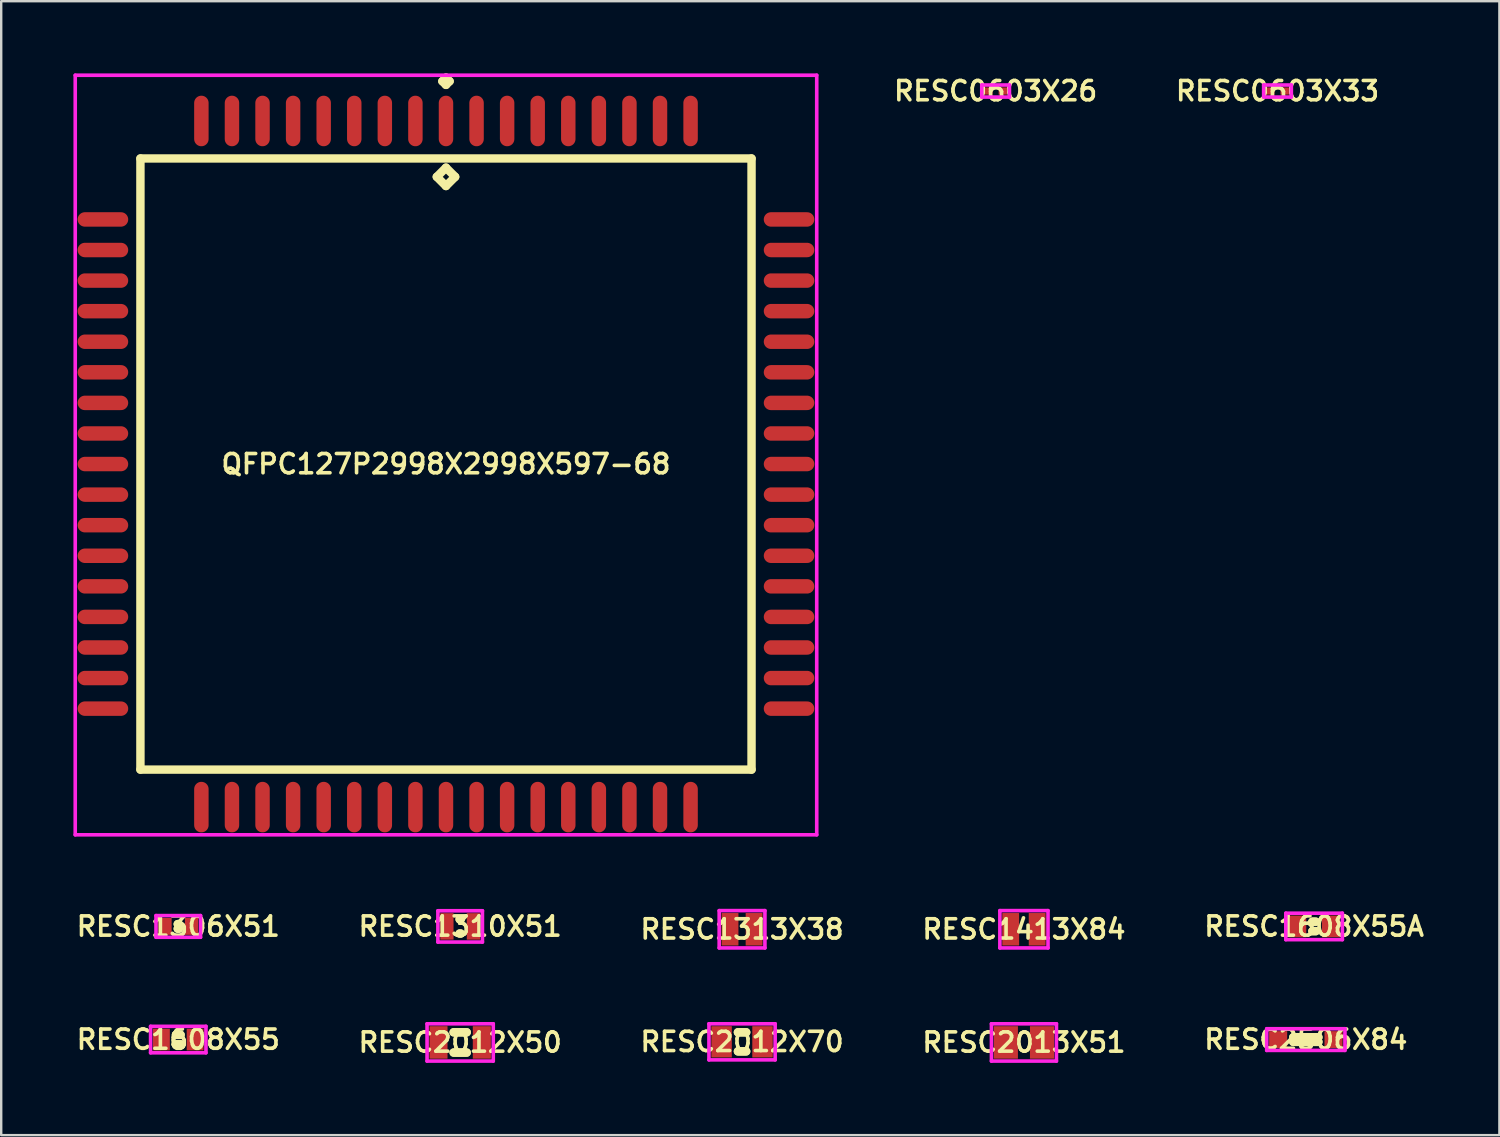
<source format=kicad_pcb>
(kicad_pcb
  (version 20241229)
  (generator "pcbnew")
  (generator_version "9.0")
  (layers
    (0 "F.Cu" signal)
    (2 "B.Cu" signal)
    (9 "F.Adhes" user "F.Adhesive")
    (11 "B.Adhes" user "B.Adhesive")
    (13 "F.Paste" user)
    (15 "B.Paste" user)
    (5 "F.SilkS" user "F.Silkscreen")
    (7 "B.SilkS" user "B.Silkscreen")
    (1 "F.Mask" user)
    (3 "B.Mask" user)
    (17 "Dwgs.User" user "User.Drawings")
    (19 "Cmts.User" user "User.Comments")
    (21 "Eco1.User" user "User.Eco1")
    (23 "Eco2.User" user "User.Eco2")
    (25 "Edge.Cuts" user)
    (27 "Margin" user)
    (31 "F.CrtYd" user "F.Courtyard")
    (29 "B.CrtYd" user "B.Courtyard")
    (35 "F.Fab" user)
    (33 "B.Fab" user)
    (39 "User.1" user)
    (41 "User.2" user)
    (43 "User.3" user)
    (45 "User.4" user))
  (footprint "RESC2506X84"
    (layer "F.Cu")
    (at 51.191 40.131)
    (property "Reference" "RESC2506X84" (at 0 0 0) (layer "F.SilkS") (effects (font (size 0.8 0.8) (thickness 0.15))))
    (attr smd)
    (fp_line (start -0.521 -0.096) (end 0.521 -0.096) (stroke (width 0.35) (type solid)) (layer "F.SilkS"))
    (fp_line (start -0.521 0.096) (end 0.521 0.096) (stroke (width 0.35) (type solid)) (layer "F.SilkS"))
    (fp_line (start 0.521 -0.096) (end -0.521 -0.096) (stroke (width 0.35) (type solid)) (layer "F.SilkS"))
    (fp_line (start 0.521 0.096) (end -0.521 0.096) (stroke (width 0.35) (type solid)) (layer "F.SilkS"))
    (fp_line (start -1.625 -0.45) (end 1.625 -0.45) (stroke (width 0.15) (type solid)) (layer "F.CrtYd"))
    (fp_line (start -1.625 0.45) (end -1.625 -0.45) (stroke (width 0.15) (type solid)) (layer "F.CrtYd"))
    (fp_line (start 1.625 -0.45) (end 1.625 0.45) (stroke (width 0.15) (type solid)) (layer "F.CrtYd"))
    (fp_line (start 1.625 0.45) (end -1.625 0.45) (stroke (width 0.15) (type solid)) (layer "F.CrtYd"))
    (pad "1" smd rect (at -1.15 0) (size 0.75 0.7) (layers "F.Cu" "F.Mask" "F.Paste"))
    (pad "2" smd rect (at 1.15 0) (size 0.75 0.7) (layers "F.Cu" "F.Mask" "F.Paste")))
  (footprint "RESC2013X51"
    (layer "F.Cu")
    (at 39.482 40.25)
    (property "Reference" "RESC2013X51" (at 0 0 0) (layer "F.SilkS") (effects (font (size 0.8 0.8) (thickness 0.15))))
    (attr through_hole)
    (fp_line (start -1.35 -0.775) (end 1.35 -0.775) (stroke (width 0.15) (type solid)) (layer "F.CrtYd"))
    (fp_line (start -1.35 0.775) (end -1.35 -0.775) (stroke (width 0.15) (type solid)) (layer "F.CrtYd"))
    (fp_line (start 1.35 -0.775) (end 1.35 0.775) (stroke (width 0.15) (type solid)) (layer "F.CrtYd"))
    (fp_line (start 1.35 0.775) (end -1.35 0.775) (stroke (width 0.15) (type solid)) (layer "F.CrtYd"))
    (pad "1" smd rect (at -0.75 0) (size 1 1.35) (layers "F.Cu" "F.Mask" "F.Paste"))
    (pad "2" smd rect (at 0.75 0) (size 1 1.35) (layers "F.Cu" "F.Mask" "F.Paste")))
  (footprint "RESC1413X84"
    (layer "F.Cu")
    (at 39.482 35.55)
    (property "Reference" "RESC1413X84" (at 0 0 0) (layer "F.SilkS") (effects (font (size 0.8 0.8) (thickness 0.15))))
    (attr smd)
    (fp_line (start -1 -0.775) (end 1 -0.775) (stroke (width 0.15) (type solid)) (layer "F.CrtYd"))
    (fp_line (start -1 0.775) (end -1 -0.775) (stroke (width 0.15) (type solid)) (layer "F.CrtYd"))
    (fp_line (start 1 -0.775) (end 1 0.775) (stroke (width 0.15) (type solid)) (layer "F.CrtYd"))
    (fp_line (start 1 0.775) (end -1 0.775) (stroke (width 0.15) (type solid)) (layer "F.CrtYd"))
    (pad "1" smd rect (at -0.55 0) (size 0.7 1.35) (layers "F.Cu" "F.Mask" "F.Paste"))
    (pad "2" smd rect (at 0.55 0) (size 0.7 1.35) (layers "F.Cu" "F.Mask" "F.Paste")))
  (footprint "RESC1306X51"
    (layer "F.Cu")
    (at 4.355 35.431)
    (property "Reference" "RESC1306X51" (at 0 0 0) (layer "F.SilkS") (effects (font (size 0.8 0.8) (thickness 0.15))))
    (attr through_hole)
    (fp_line (start -0.021 -0.096) (end 0.021 -0.096) (stroke (width 0.35) (type solid)) (layer "F.SilkS"))
    (fp_line (start -0.021 0.096) (end 0.021 0.096) (stroke (width 0.35) (type solid)) (layer "F.SilkS"))
    (fp_line (start 0.021 -0.096) (end -0.021 -0.096) (stroke (width 0.35) (type solid)) (layer "F.SilkS"))
    (fp_line (start 0.021 0.096) (end -0.021 0.096) (stroke (width 0.35) (type solid)) (layer "F.SilkS"))
    (fp_line (start -0.925 -0.45) (end 0.925 -0.45) (stroke (width 0.15) (type solid)) (layer "F.CrtYd"))
    (fp_line (start -0.925 0.45) (end -0.925 -0.45) (stroke (width 0.15) (type solid)) (layer "F.CrtYd"))
    (fp_line (start 0.925 -0.45) (end 0.925 0.45) (stroke (width 0.15) (type solid)) (layer "F.CrtYd"))
    (fp_line (start 0.925 0.45) (end -0.925 0.45) (stroke (width 0.15) (type solid)) (layer "F.CrtYd"))
    (pad "1" smd rect (at -0.55 0) (size 0.55 0.7) (layers "F.Cu" "F.Mask" "F.Paste"))
    (pad "2" smd rect (at 0.55 0) (size 0.55 0.7) (layers "F.Cu" "F.Mask" "F.Paste")))
  (footprint "QFPC127P2998X2998X597-68"
    (layer "F.Cu")
    (at 15.475 16.225)
    (property "Reference" "QFPC127P2998X2998X597-68" (at 0 0 0) (layer "F.SilkS") (effects (font (size 0.8 0.8) (thickness 0.15))))
    (attr through_hole)
    (fp_line (start -12.692 -12.692) (end -12.692 12.692) (stroke (width 0.35) (type solid)) (layer "F.SilkS"))
    (fp_line (start -12.692 12.692) (end 12.692 12.692) (stroke (width 0.35) (type solid)) (layer "F.SilkS"))
    (fp_line (start -0.381 -11.93) (end 0 -12.311) (stroke (width 0.35) (type solid)) (layer "F.SilkS"))
    (fp_line (start -0.15 -15.9) (end 0 -16.05) (stroke (width 0.35) (type solid)) (layer "F.SilkS"))
    (fp_line (start 0 -16.05) (end 0.15 -15.9) (stroke (width 0.35) (type solid)) (layer "F.SilkS"))
    (fp_line (start 0 -15.75) (end -0.15 -15.9) (stroke (width 0.35) (type solid)) (layer "F.SilkS"))
    (fp_line (start 0 -12.311) (end 0.381 -11.93) (stroke (width 0.35) (type solid)) (layer "F.SilkS"))
    (fp_line (start 0 -11.549) (end -0.381 -11.93) (stroke (width 0.35) (type solid)) (layer "F.SilkS"))
    (fp_line (start 0.15 -15.9) (end 0 -15.75) (stroke (width 0.35) (type solid)) (layer "F.SilkS"))
    (fp_line (start 0.381 -11.93) (end 0 -11.549) (stroke (width 0.35) (type solid)) (layer "F.SilkS"))
    (fp_line (start 12.692 -12.692) (end -12.692 -12.692) (stroke (width 0.35) (type solid)) (layer "F.SilkS"))
    (fp_line (start 12.692 12.692) (end 12.692 -12.692) (stroke (width 0.35) (type solid)) (layer "F.SilkS"))
    (fp_line (start -15.4 -16.15) (end 15.4 -16.15) (stroke (width 0.15) (type solid)) (layer "F.CrtYd"))
    (fp_line (start -15.4 15.4) (end -15.4 -16.15) (stroke (width 0.15) (type solid)) (layer "F.CrtYd"))
    (fp_line (start 15.4 -16.15) (end 15.4 15.4) (stroke (width 0.15) (type solid)) (layer "F.CrtYd"))
    (fp_line (start 15.4 15.4) (end -15.4 15.4) (stroke (width 0.15) (type solid)) (layer "F.CrtYd"))
    (pad "1" smd oval (at 0 -14.25) (size 0.6 2.1) (layers "F.Cu" "F.Mask" "F.Paste"))
    (pad "2" smd oval (at -1.27 -14.25) (size 0.6 2.1) (layers "F.Cu" "F.Mask" "F.Paste"))
    (pad "3" smd oval (at -2.54 -14.25) (size 0.6 2.1) (layers "F.Cu" "F.Mask" "F.Paste"))
    (pad "4" smd oval (at -3.81 -14.25) (size 0.6 2.1) (layers "F.Cu" "F.Mask" "F.Paste"))
    (pad "5" smd oval (at -5.08 -14.25) (size 0.6 2.1) (layers "F.Cu" "F.Mask" "F.Paste"))
    (pad "6" smd oval (at -6.35 -14.25) (size 0.6 2.1) (layers "F.Cu" "F.Mask" "F.Paste"))
    (pad "7" smd oval (at -7.62 -14.25) (size 0.6 2.1) (layers "F.Cu" "F.Mask" "F.Paste"))
    (pad "8" smd oval (at -8.89 -14.25) (size 0.6 2.1) (layers "F.Cu" "F.Mask" "F.Paste"))
    (pad "9" smd oval (at -10.16 -14.25) (size 0.6 2.1) (layers "F.Cu" "F.Mask" "F.Paste"))
    (pad "10" smd oval (at -14.25 -10.16) (size 2.1 0.6) (layers "F.Cu" "F.Mask" "F.Paste"))
    (pad "11" smd oval (at -14.25 -8.89) (size 2.1 0.6) (layers "F.Cu" "F.Mask" "F.Paste"))
    (pad "12" smd oval (at -14.25 -7.62) (size 2.1 0.6) (layers "F.Cu" "F.Mask" "F.Paste"))
    (pad "13" smd oval (at -14.25 -6.35) (size 2.1 0.6) (layers "F.Cu" "F.Mask" "F.Paste"))
    (pad "14" smd oval (at -14.25 -5.08) (size 2.1 0.6) (layers "F.Cu" "F.Mask" "F.Paste"))
    (pad "15" smd oval (at -14.25 -3.81) (size 2.1 0.6) (layers "F.Cu" "F.Mask" "F.Paste"))
    (pad "16" smd oval (at -14.25 -2.54) (size 2.1 0.6) (layers "F.Cu" "F.Mask" "F.Paste"))
    (pad "17" smd oval (at -14.25 -1.27) (size 2.1 0.6) (layers "F.Cu" "F.Mask" "F.Paste"))
    (pad "18" smd oval (at -14.25 0) (size 2.1 0.6) (layers "F.Cu" "F.Mask" "F.Paste"))
    (pad "19" smd oval (at -14.25 1.27) (size 2.1 0.6) (layers "F.Cu" "F.Mask" "F.Paste"))
    (pad "20" smd oval (at -14.25 2.54) (size 2.1 0.6) (layers "F.Cu" "F.Mask" "F.Paste"))
    (pad "21" smd oval (at -14.25 3.81) (size 2.1 0.6) (layers "F.Cu" "F.Mask" "F.Paste"))
    (pad "22" smd oval (at -14.25 5.08) (size 2.1 0.6) (layers "F.Cu" "F.Mask" "F.Paste"))
    (pad "23" smd oval (at -14.25 6.35) (size 2.1 0.6) (layers "F.Cu" "F.Mask" "F.Paste"))
    (pad "24" smd oval (at -14.25 7.62) (size 2.1 0.6) (layers "F.Cu" "F.Mask" "F.Paste"))
    (pad "25" smd oval (at -14.25 8.89) (size 2.1 0.6) (layers "F.Cu" "F.Mask" "F.Paste"))
    (pad "26" smd oval (at -14.25 10.16) (size 2.1 0.6) (layers "F.Cu" "F.Mask" "F.Paste"))
    (pad "27" smd oval (at -10.16 14.25) (size 0.6 2.1) (layers "F.Cu" "F.Mask" "F.Paste"))
    (pad "28" smd oval (at -8.89 14.25) (size 0.6 2.1) (layers "F.Cu" "F.Mask" "F.Paste"))
    (pad "29" smd oval (at -7.62 14.25) (size 0.6 2.1) (layers "F.Cu" "F.Mask" "F.Paste"))
    (pad "30" smd oval (at -6.35 14.25) (size 0.6 2.1) (layers "F.Cu" "F.Mask" "F.Paste"))
    (pad "31" smd oval (at -5.08 14.25) (size 0.6 2.1) (layers "F.Cu" "F.Mask" "F.Paste"))
    (pad "32" smd oval (at -3.81 14.25) (size 0.6 2.1) (layers "F.Cu" "F.Mask" "F.Paste"))
    (pad "33" smd oval (at -2.54 14.25) (size 0.6 2.1) (layers "F.Cu" "F.Mask" "F.Paste"))
    (pad "34" smd oval (at -1.27 14.25) (size 0.6 2.1) (layers "F.Cu" "F.Mask" "F.Paste"))
    (pad "35" smd oval (at 0 14.25) (size 0.6 2.1) (layers "F.Cu" "F.Mask" "F.Paste"))
    (pad "36" smd oval (at 1.27 14.25) (size 0.6 2.1) (layers "F.Cu" "F.Mask" "F.Paste"))
    (pad "37" smd oval (at 2.54 14.25) (size 0.6 2.1) (layers "F.Cu" "F.Mask" "F.Paste"))
    (pad "38" smd oval (at 3.81 14.25) (size 0.6 2.1) (layers "F.Cu" "F.Mask" "F.Paste"))
    (pad "39" smd oval (at 5.08 14.25) (size 0.6 2.1) (layers "F.Cu" "F.Mask" "F.Paste"))
    (pad "40" smd oval (at 6.35 14.25) (size 0.6 2.1) (layers "F.Cu" "F.Mask" "F.Paste"))
    (pad "41" smd oval (at 7.62 14.25) (size 0.6 2.1) (layers "F.Cu" "F.Mask" "F.Paste"))
    (pad "42" smd oval (at 8.89 14.25) (size 0.6 2.1) (layers "F.Cu" "F.Mask" "F.Paste"))
    (pad "43" smd oval (at 10.16 14.25) (size 0.6 2.1) (layers "F.Cu" "F.Mask" "F.Paste"))
    (pad "44" smd oval (at 14.25 10.16) (size 2.1 0.6) (layers "F.Cu" "F.Mask" "F.Paste"))
    (pad "45" smd oval (at 14.25 8.89) (size 2.1 0.6) (layers "F.Cu" "F.Mask" "F.Paste"))
    (pad "46" smd oval (at 14.25 7.62) (size 2.1 0.6) (layers "F.Cu" "F.Mask" "F.Paste"))
    (pad "47" smd oval (at 14.25 6.35) (size 2.1 0.6) (layers "F.Cu" "F.Mask" "F.Paste"))
    (pad "48" smd oval (at 14.25 5.08) (size 2.1 0.6) (layers "F.Cu" "F.Mask" "F.Paste"))
    (pad "49" smd oval (at 14.25 3.81) (size 2.1 0.6) (layers "F.Cu" "F.Mask" "F.Paste"))
    (pad "50" smd oval (at 14.25 2.54) (size 2.1 0.6) (layers "F.Cu" "F.Mask" "F.Paste"))
    (pad "51" smd oval (at 14.25 1.27) (size 2.1 0.6) (layers "F.Cu" "F.Mask" "F.Paste"))
    (pad "52" smd oval (at 14.25 0) (size 2.1 0.6) (layers "F.Cu" "F.Mask" "F.Paste"))
    (pad "53" smd oval (at 14.25 -1.27) (size 2.1 0.6) (layers "F.Cu" "F.Mask" "F.Paste"))
    (pad "54" smd oval (at 14.25 -2.54) (size 2.1 0.6) (layers "F.Cu" "F.Mask" "F.Paste"))
    (pad "55" smd oval (at 14.25 -3.81) (size 2.1 0.6) (layers "F.Cu" "F.Mask" "F.Paste"))
    (pad "56" smd oval (at 14.25 -5.08) (size 2.1 0.6) (layers "F.Cu" "F.Mask" "F.Paste"))
    (pad "57" smd oval (at 14.25 -6.35) (size 2.1 0.6) (layers "F.Cu" "F.Mask" "F.Paste"))
    (pad "58" smd oval (at 14.25 -7.62) (size 2.1 0.6) (layers "F.Cu" "F.Mask" "F.Paste"))
    (pad "59" smd oval (at 14.25 -8.89) (size 2.1 0.6) (layers "F.Cu" "F.Mask" "F.Paste"))
    (pad "60" smd oval (at 14.25 -10.16) (size 2.1 0.6) (layers "F.Cu" "F.Mask" "F.Paste"))
    (pad "61" smd oval (at 10.16 -14.25) (size 0.6 2.1) (layers "F.Cu" "F.Mask" "F.Paste"))
    (pad "62" smd oval (at 8.89 -14.25) (size 0.6 2.1) (layers "F.Cu" "F.Mask" "F.Paste"))
    (pad "63" smd oval (at 7.62 -14.25) (size 0.6 2.1) (layers "F.Cu" "F.Mask" "F.Paste"))
    (pad "64" smd oval (at 6.35 -14.25) (size 0.6 2.1) (layers "F.Cu" "F.Mask" "F.Paste"))
    (pad "65" smd oval (at 5.08 -14.25) (size 0.6 2.1) (layers "F.Cu" "F.Mask" "F.Paste"))
    (pad "66" smd oval (at 3.81 -14.25) (size 0.6 2.1) (layers "F.Cu" "F.Mask" "F.Paste"))
    (pad "67" smd oval (at 2.54 -14.25) (size 0.6 2.1) (layers "F.Cu" "F.Mask" "F.Paste"))
    (pad "68" smd oval (at 1.27 -14.25) (size 0.6 2.1) (layers "F.Cu" "F.Mask" "F.Paste")))
  (footprint "RESC0603X26"
    (layer "F.Cu")
    (at 38.305 0.731)
    (property "Reference" "RESC0603X26" (at 0 0 0) (layer "F.SilkS") (effects (font (size 0.8 0.8) (thickness 0.15))))
    (attr smd)
    (fp_line (start -0.575 -0.25) (end 0.575 -0.25) (stroke (width 0.15) (type solid)) (layer "F.CrtYd"))
    (fp_line (start -0.575 0.25) (end -0.575 -0.25) (stroke (width 0.15) (type solid)) (layer "F.CrtYd"))
    (fp_line (start 0.575 -0.25) (end 0.575 0.25) (stroke (width 0.15) (type solid)) (layer "F.CrtYd"))
    (fp_line (start 0.575 0.25) (end -0.575 0.25) (stroke (width 0.15) (type solid)) (layer "F.CrtYd"))
    (pad "1" smd rect (at -0.3 0) (size 0.35 0.3) (layers "F.Cu" "F.Mask" "F.Paste"))
    (pad "2" smd rect (at 0.3 0) (size 0.35 0.3) (layers "F.Cu" "F.Mask" "F.Paste")))
  (footprint "RESC1313X38"
    (layer "F.Cu")
    (at 27.773 35.55)
    (property "Reference" "RESC1313X38" (at 0 0 0) (layer "F.SilkS") (effects (font (size 0.8 0.8) (thickness 0.15))))
    (attr smd)
    (fp_line (start -0.95 -0.775) (end 0.95 -0.775) (stroke (width 0.15) (type solid)) (layer "F.CrtYd"))
    (fp_line (start -0.95 0.775) (end -0.95 -0.775) (stroke (width 0.15) (type solid)) (layer "F.CrtYd"))
    (fp_line (start 0.95 -0.775) (end 0.95 0.775) (stroke (width 0.15) (type solid)) (layer "F.CrtYd"))
    (fp_line (start 0.95 0.775) (end -0.95 0.775) (stroke (width 0.15) (type solid)) (layer "F.CrtYd"))
    (pad "1" smd rect (at -0.5 0) (size 0.7 1.35) (layers "F.Cu" "F.Mask" "F.Paste"))
    (pad "2" smd rect (at 0.5 0) (size 0.7 1.35) (layers "F.Cu" "F.Mask" "F.Paste")))
  (footprint "RESC2012X50"
    (layer "F.Cu")
    (at 16.064 40.25)
    (property "Reference" "RESC2012X50" (at 0 0 0) (layer "F.SilkS") (effects (font (size 0.8 0.8) (thickness 0.15))))
    (attr smd)
    (fp_line (start -0.271 -0.421) (end 0.271 -0.421) (stroke (width 0.35) (type solid)) (layer "F.SilkS"))
    (fp_line (start -0.271 0.421) (end 0.271 0.421) (stroke (width 0.35) (type solid)) (layer "F.SilkS"))
    (fp_line (start 0.271 -0.421) (end -0.271 -0.421) (stroke (width 0.35) (type solid)) (layer "F.SilkS"))
    (fp_line (start 0.271 0.421) (end -0.271 0.421) (stroke (width 0.35) (type solid)) (layer "F.SilkS"))
    (fp_line (start -1.375 -0.775) (end 1.375 -0.775) (stroke (width 0.15) (type solid)) (layer "F.CrtYd"))
    (fp_line (start -1.375 0.775) (end -1.375 -0.775) (stroke (width 0.15) (type solid)) (layer "F.CrtYd"))
    (fp_line (start 1.375 -0.775) (end 1.375 0.775) (stroke (width 0.15) (type solid)) (layer "F.CrtYd"))
    (fp_line (start 1.375 0.775) (end -1.375 0.775) (stroke (width 0.15) (type solid)) (layer "F.CrtYd"))
    (pad "1" smd rect (at -0.9 0) (size 0.75 1.35) (layers "F.Cu" "F.Mask" "F.Paste"))
    (pad "2" smd rect (at 0.9 0) (size 0.75 1.35) (layers "F.Cu" "F.Mask" "F.Paste")))
  (footprint "RESC1310X51"
    (layer "F.Cu")
    (at 16.064 35.431)
    (property "Reference" "RESC1310X51" (at 0 0 0) (layer "F.SilkS") (effects (font (size 0.8 0.8) (thickness 0.15))))
    (attr smd)
    (fp_line (start -0.021 -0.296) (end 0.021 -0.296) (stroke (width 0.35) (type solid)) (layer "F.SilkS"))
    (fp_line (start -0.021 0.296) (end 0.021 0.296) (stroke (width 0.35) (type solid)) (layer "F.SilkS"))
    (fp_line (start 0.021 -0.296) (end -0.021 -0.296) (stroke (width 0.35) (type solid)) (layer "F.SilkS"))
    (fp_line (start 0.021 0.296) (end -0.021 0.296) (stroke (width 0.35) (type solid)) (layer "F.SilkS"))
    (fp_line (start -0.925 -0.65) (end 0.925 -0.65) (stroke (width 0.15) (type solid)) (layer "F.CrtYd"))
    (fp_line (start -0.925 0.65) (end -0.925 -0.65) (stroke (width 0.15) (type solid)) (layer "F.CrtYd"))
    (fp_line (start 0.925 -0.65) (end 0.925 0.65) (stroke (width 0.15) (type solid)) (layer "F.CrtYd"))
    (fp_line (start 0.925 0.65) (end -0.925 0.65) (stroke (width 0.15) (type solid)) (layer "F.CrtYd"))
    (pad "1" smd rect (at -0.55 0) (size 0.55 1.1) (layers "F.Cu" "F.Mask" "F.Paste"))
    (pad "2" smd rect (at 0.55 0) (size 0.55 1.1) (layers "F.Cu" "F.Mask" "F.Paste")))
  (footprint "RESC2012X70"
    (layer "F.Cu")
    (at 27.773 40.225)
    (property "Reference" "RESC2012X70" (at 0 0 0) (layer "F.SilkS") (effects (font (size 0.8 0.8) (thickness 0.15))))
    (attr smd)
    (fp_line (start -0.171 -0.396) (end 0.171 -0.396) (stroke (width 0.35) (type solid)) (layer "F.SilkS"))
    (fp_line (start -0.171 0.396) (end 0.171 0.396) (stroke (width 0.35) (type solid)) (layer "F.SilkS"))
    (fp_line (start 0.171 -0.396) (end -0.171 -0.396) (stroke (width 0.35) (type solid)) (layer "F.SilkS"))
    (fp_line (start 0.171 0.396) (end -0.171 0.396) (stroke (width 0.35) (type solid)) (layer "F.SilkS"))
    (fp_line (start -1.375 -0.75) (end 1.375 -0.75) (stroke (width 0.15) (type solid)) (layer "F.CrtYd"))
    (fp_line (start -1.375 0.75) (end -1.375 -0.75) (stroke (width 0.15) (type solid)) (layer "F.CrtYd"))
    (fp_line (start 1.375 -0.75) (end 1.375 0.75) (stroke (width 0.15) (type solid)) (layer "F.CrtYd"))
    (fp_line (start 1.375 0.75) (end -1.375 0.75) (stroke (width 0.15) (type solid)) (layer "F.CrtYd"))
    (pad "1" smd rect (at -0.85 0) (size 0.85 1.3) (layers "F.Cu" "F.Mask" "F.Paste"))
    (pad "2" smd rect (at 0.85 0) (size 0.85 1.3) (layers "F.Cu" "F.Mask" "F.Paste")))
  (footprint "RESC1608X55A"
    (layer "F.Cu")
    (at 51.534 35.431)
    (property "Reference" "RESC1608X55A" (at 0 0 0) (layer "F.SilkS") (effects (font (size 0.8 0.8) (thickness 0.15))))
    (attr smd)
    (fp_line (start -0.071 -0.196) (end 0.071 -0.196) (stroke (width 0.35) (type solid)) (layer "F.SilkS"))
    (fp_line (start -0.071 0.196) (end 0.071 0.196) (stroke (width 0.35) (type solid)) (layer "F.SilkS"))
    (fp_line (start 0.071 -0.196) (end -0.071 -0.196) (stroke (width 0.35) (type solid)) (layer "F.SilkS"))
    (fp_line (start 0.071 0.196) (end -0.071 0.196) (stroke (width 0.35) (type solid)) (layer "F.SilkS"))
    (fp_line (start -1.175 -0.55) (end 1.175 -0.55) (stroke (width 0.15) (type solid)) (layer "F.CrtYd"))
    (fp_line (start -1.175 0.55) (end -1.175 -0.55) (stroke (width 0.15) (type solid)) (layer "F.CrtYd"))
    (fp_line (start 1.175 -0.55) (end 1.175 0.55) (stroke (width 0.15) (type solid)) (layer "F.CrtYd"))
    (fp_line (start 1.175 0.55) (end -1.175 0.55) (stroke (width 0.15) (type solid)) (layer "F.CrtYd"))
    (pad "1" smd rect (at -0.7 0) (size 0.75 0.9) (layers "F.Cu" "F.Mask" "F.Paste"))
    (pad "2" smd rect (at 0.7 0) (size 0.75 0.9) (layers "F.Cu" "F.Mask" "F.Paste")))
  (footprint "RESC0603X33"
    (layer "F.Cu")
    (at 50.014 0.731)
    (property "Reference" "RESC0603X33" (at 0 0 0) (layer "F.SilkS") (effects (font (size 0.8 0.8) (thickness 0.15))))
    (attr smd)
    (fp_line (start -0.575 -0.25) (end 0.575 -0.25) (stroke (width 0.15) (type solid)) (layer "F.CrtYd"))
    (fp_line (start -0.575 0.25) (end -0.575 -0.25) (stroke (width 0.15) (type solid)) (layer "F.CrtYd"))
    (fp_line (start 0.575 -0.25) (end 0.575 0.25) (stroke (width 0.15) (type solid)) (layer "F.CrtYd"))
    (fp_line (start 0.575 0.25) (end -0.575 0.25) (stroke (width 0.15) (type solid)) (layer "F.CrtYd"))
    (pad "1" smd rect (at -0.3 0) (size 0.35 0.3) (layers "F.Cu" "F.Mask" "F.Paste"))
    (pad "2" smd rect (at 0.3 0) (size 0.35 0.3) (layers "F.Cu" "F.Mask" "F.Paste")))
  (footprint "RESC1608X55"
    (layer "F.Cu")
    (at 4.355 40.131)
    (property "Reference" "RESC1608X55" (at 0 0 0) (layer "F.SilkS") (effects (font (size 0.8 0.8) (thickness 0.15))))
    (attr through_hole)
    (fp_line (start -0.096 -0.196) (end 0.096 -0.196) (stroke (width 0.35) (type solid)) (layer "F.SilkS"))
    (fp_line (start -0.096 0.196) (end 0.096 0.196) (stroke (width 0.35) (type solid)) (layer "F.SilkS"))
    (fp_line (start 0.096 -0.196) (end -0.096 -0.196) (stroke (width 0.35) (type solid)) (layer "F.SilkS"))
    (fp_line (start 0.096 0.196) (end -0.096 0.196) (stroke (width 0.35) (type solid)) (layer "F.SilkS"))
    (fp_line (start -1.15 -0.55) (end 1.15 -0.55) (stroke (width 0.15) (type solid)) (layer "F.CrtYd"))
    (fp_line (start -1.15 0.55) (end -1.15 -0.55) (stroke (width 0.15) (type solid)) (layer "F.CrtYd"))
    (fp_line (start 1.15 -0.55) (end 1.15 0.55) (stroke (width 0.15) (type solid)) (layer "F.CrtYd"))
    (fp_line (start 1.15 0.55) (end -1.15 0.55) (stroke (width 0.15) (type solid)) (layer "F.CrtYd"))
    (pad "1" smd rect (at -0.7 0) (size 0.7 0.9) (layers "F.Cu" "F.Mask" "F.Paste"))
    (pad "2" smd rect (at 0.7 0) (size 0.7 0.9) (layers "F.Cu" "F.Mask" "F.Paste")))
  (gr_rect
    (start -3 -3)
    (end 59.231 44.1)
    (stroke (width 0.1) (type default))
    (fill no)
    (layer "Edge.Cuts")))
</source>
